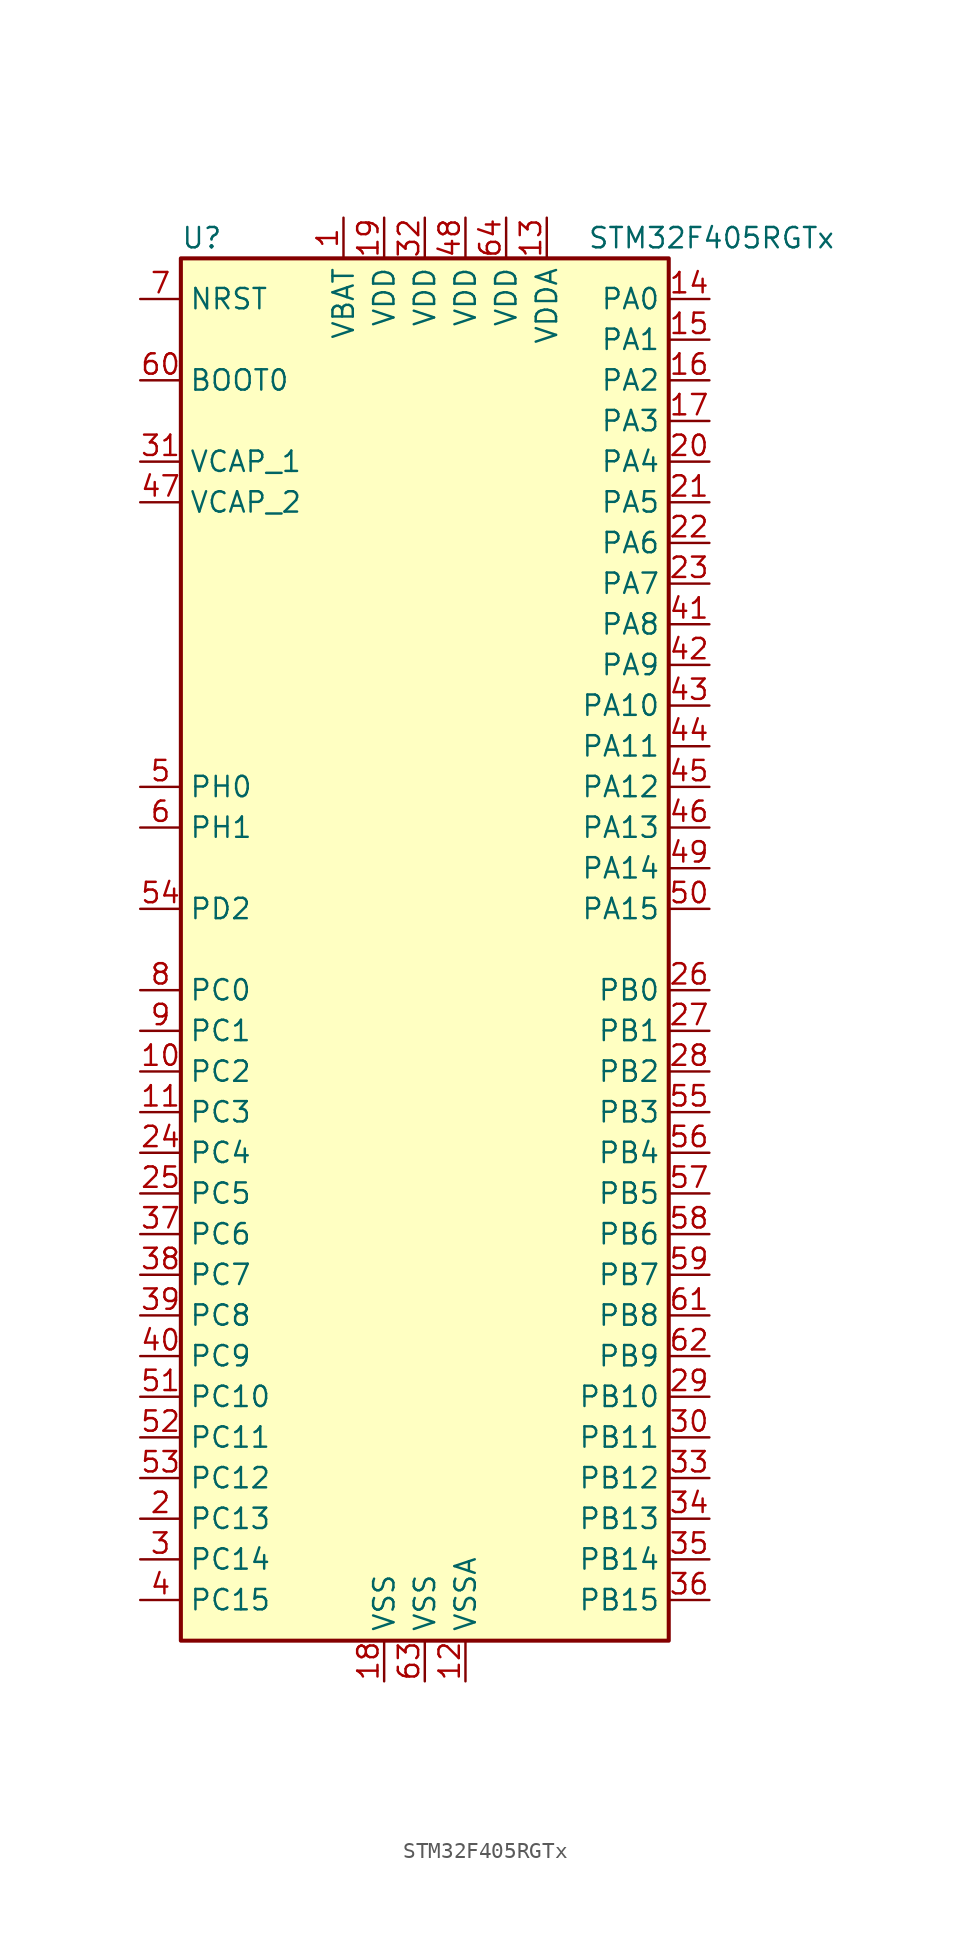
<source format=kicad_sym>
(kicad_symbol_lib
  (version 20211014)
  (generator kicad_symbol_editor)
  (symbol "STM32F405RGTx"
    (property "Reference" "U"
      (at -15.24 44.45 0)
      (effects (font (size 1.27 1.27)) (justify left)))
    (property "Value" "STM32F405RGTx"
      (at 10.16 44.45 0)
      (effects (font (size 1.27 1.27)) (justify left)))
    (symbol "STM32F405RGTx_0_1"
      (rectangle (start -15.24 -43.18) (end 15.24 43.18) (stroke (width 0.254) (type default) (color 0 0 0 0)) (fill (type background))))
    (symbol "STM32F405RGTx_1_1"
      (pin power_in line (at -5.08 45.72 270) (length 2.54) (name "VBAT" (effects (font (size 1.27 1.27)))) (number "1" (effects (font (size 1.27 1.27)))))
      (pin bidirectional line (at -17.78 -7.62 0) (length 2.54) (name "PC2" (effects (font (size 1.27 1.27)))) (number "10" (effects (font (size 1.27 1.27)))))
      (pin bidirectional line (at -17.78 -10.16 0) (length 2.54) (name "PC3" (effects (font (size 1.27 1.27)))) (number "11" (effects (font (size 1.27 1.27)))))
      (pin power_in line (at 2.54 -45.72 90) (length 2.54) (name "VSSA" (effects (font (size 1.27 1.27)))) (number "12" (effects (font (size 1.27 1.27)))))
      (pin power_in line (at 7.62 45.72 270) (length 2.54) (name "VDDA" (effects (font (size 1.27 1.27)))) (number "13" (effects (font (size 1.27 1.27)))))
      (pin bidirectional line (at 17.78 40.64 180) (length 2.54) (name "PA0" (effects (font (size 1.27 1.27)))) (number "14" (effects (font (size 1.27 1.27)))))
      (pin bidirectional line (at 17.78 38.1 180) (length 2.54) (name "PA1" (effects (font (size 1.27 1.27)))) (number "15" (effects (font (size 1.27 1.27)))))
      (pin bidirectional line (at 17.78 35.56 180) (length 2.54) (name "PA2" (effects (font (size 1.27 1.27)))) (number "16" (effects (font (size 1.27 1.27)))))
      (pin bidirectional line (at 17.78 33.02 180) (length 2.54) (name "PA3" (effects (font (size 1.27 1.27)))) (number "17" (effects (font (size 1.27 1.27)))))
      (pin power_in line (at -2.54 -45.72 90) (length 2.54) (name "VSS" (effects (font (size 1.27 1.27)))) (number "18" (effects (font (size 1.27 1.27)))))
      (pin power_in line (at -2.54 45.72 270) (length 2.54) (name "VDD" (effects (font (size 1.27 1.27)))) (number "19" (effects (font (size 1.27 1.27)))))
      (pin bidirectional line (at -17.78 -35.56 0) (length 2.54) (name "PC13" (effects (font (size 1.27 1.27)))) (number "2" (effects (font (size 1.27 1.27)))))
      (pin bidirectional line (at 17.78 30.48 180) (length 2.54) (name "PA4" (effects (font (size 1.27 1.27)))) (number "20" (effects (font (size 1.27 1.27)))))
      (pin bidirectional line (at 17.78 27.94 180) (length 2.54) (name "PA5" (effects (font (size 1.27 1.27)))) (number "21" (effects (font (size 1.27 1.27)))))
      (pin bidirectional line (at 17.78 25.4 180) (length 2.54) (name "PA6" (effects (font (size 1.27 1.27)))) (number "22" (effects (font (size 1.27 1.27)))))
      (pin bidirectional line (at 17.78 22.86 180) (length 2.54) (name "PA7" (effects (font (size 1.27 1.27)))) (number "23" (effects (font (size 1.27 1.27)))))
      (pin bidirectional line (at -17.78 -12.7 0) (length 2.54) (name "PC4" (effects (font (size 1.27 1.27)))) (number "24" (effects (font (size 1.27 1.27)))))
      (pin bidirectional line (at -17.78 -15.24 0) (length 2.54) (name "PC5" (effects (font (size 1.27 1.27)))) (number "25" (effects (font (size 1.27 1.27)))))
      (pin bidirectional line (at 17.78 -2.54 180) (length 2.54) (name "PB0" (effects (font (size 1.27 1.27)))) (number "26" (effects (font (size 1.27 1.27)))))
      (pin bidirectional line (at 17.78 -5.08 180) (length 2.54) (name "PB1" (effects (font (size 1.27 1.27)))) (number "27" (effects (font (size 1.27 1.27)))))
      (pin bidirectional line (at 17.78 -7.62 180) (length 2.54) (name "PB2" (effects (font (size 1.27 1.27)))) (number "28" (effects (font (size 1.27 1.27)))))
      (pin bidirectional line (at 17.78 -27.94 180) (length 2.54) (name "PB10" (effects (font (size 1.27 1.27)))) (number "29" (effects (font (size 1.27 1.27)))))
      (pin bidirectional line (at -17.78 -38.1 0) (length 2.54) (name "PC14" (effects (font (size 1.27 1.27)))) (number "3" (effects (font (size 1.27 1.27)))))
      (pin bidirectional line (at 17.78 -30.48 180) (length 2.54) (name "PB11" (effects (font (size 1.27 1.27)))) (number "30" (effects (font (size 1.27 1.27)))))
      (pin power_in line (at -17.78 30.48 0) (length 2.54) (name "VCAP_1" (effects (font (size 1.27 1.27)))) (number "31" (effects (font (size 1.27 1.27)))))
      (pin power_in line (at 0 45.72 270) (length 2.54) (name "VDD" (effects (font (size 1.27 1.27)))) (number "32" (effects (font (size 1.27 1.27)))))
      (pin bidirectional line (at 17.78 -33.02 180) (length 2.54) (name "PB12" (effects (font (size 1.27 1.27)))) (number "33" (effects (font (size 1.27 1.27)))))
      (pin bidirectional line (at 17.78 -35.56 180) (length 2.54) (name "PB13" (effects (font (size 1.27 1.27)))) (number "34" (effects (font (size 1.27 1.27)))))
      (pin bidirectional line (at 17.78 -38.1 180) (length 2.54) (name "PB14" (effects (font (size 1.27 1.27)))) (number "35" (effects (font (size 1.27 1.27)))))
      (pin bidirectional line (at 17.78 -40.64 180) (length 2.54) (name "PB15" (effects (font (size 1.27 1.27)))) (number "36" (effects (font (size 1.27 1.27)))))
      (pin bidirectional line (at -17.78 -17.78 0) (length 2.54) (name "PC6" (effects (font (size 1.27 1.27)))) (number "37" (effects (font (size 1.27 1.27)))))
      (pin bidirectional line (at -17.78 -20.32 0) (length 2.54) (name "PC7" (effects (font (size 1.27 1.27)))) (number "38" (effects (font (size 1.27 1.27)))))
      (pin bidirectional line (at -17.78 -22.86 0) (length 2.54) (name "PC8" (effects (font (size 1.27 1.27)))) (number "39" (effects (font (size 1.27 1.27)))))
      (pin bidirectional line (at -17.78 -40.64 0) (length 2.54) (name "PC15" (effects (font (size 1.27 1.27)))) (number "4" (effects (font (size 1.27 1.27)))))
      (pin bidirectional line (at -17.78 -25.4 0) (length 2.54) (name "PC9" (effects (font (size 1.27 1.27)))) (number "40" (effects (font (size 1.27 1.27)))))
      (pin bidirectional line (at 17.78 20.32 180) (length 2.54) (name "PA8" (effects (font (size 1.27 1.27)))) (number "41" (effects (font (size 1.27 1.27)))))
      (pin bidirectional line (at 17.78 17.78 180) (length 2.54) (name "PA9" (effects (font (size 1.27 1.27)))) (number "42" (effects (font (size 1.27 1.27)))))
      (pin bidirectional line (at 17.78 15.24 180) (length 2.54) (name "PA10" (effects (font (size 1.27 1.27)))) (number "43" (effects (font (size 1.27 1.27)))))
      (pin bidirectional line (at 17.78 12.7 180) (length 2.54) (name "PA11" (effects (font (size 1.27 1.27)))) (number "44" (effects (font (size 1.27 1.27)))))
      (pin bidirectional line (at 17.78 10.16 180) (length 2.54) (name "PA12" (effects (font (size 1.27 1.27)))) (number "45" (effects (font (size 1.27 1.27)))))
      (pin bidirectional line (at 17.78 7.62 180) (length 2.54) (name "PA13" (effects (font (size 1.27 1.27)))) (number "46" (effects (font (size 1.27 1.27)))))
      (pin power_in line (at -17.78 27.94 0) (length 2.54) (name "VCAP_2" (effects (font (size 1.27 1.27)))) (number "47" (effects (font (size 1.27 1.27)))))
      (pin power_in line (at 2.54 45.72 270) (length 2.54) (name "VDD" (effects (font (size 1.27 1.27)))) (number "48" (effects (font (size 1.27 1.27)))))
      (pin bidirectional line (at 17.78 5.08 180) (length 2.54) (name "PA14" (effects (font (size 1.27 1.27)))) (number "49" (effects (font (size 1.27 1.27)))))
      (pin input line (at -17.78 10.16 0) (length 2.54) (name "PH0" (effects (font (size 1.27 1.27)))) (number "5" (effects (font (size 1.27 1.27)))))
      (pin bidirectional line (at 17.78 2.54 180) (length 2.54) (name "PA15" (effects (font (size 1.27 1.27)))) (number "50" (effects (font (size 1.27 1.27)))))
      (pin bidirectional line (at -17.78 -27.94 0) (length 2.54) (name "PC10" (effects (font (size 1.27 1.27)))) (number "51" (effects (font (size 1.27 1.27)))))
      (pin bidirectional line (at -17.78 -30.48 0) (length 2.54) (name "PC11" (effects (font (size 1.27 1.27)))) (number "52" (effects (font (size 1.27 1.27)))))
      (pin bidirectional line (at -17.78 -33.02 0) (length 2.54) (name "PC12" (effects (font (size 1.27 1.27)))) (number "53" (effects (font (size 1.27 1.27)))))
      (pin bidirectional line (at -17.78 2.54 0) (length 2.54) (name "PD2" (effects (font (size 1.27 1.27)))) (number "54" (effects (font (size 1.27 1.27)))))
      (pin bidirectional line (at 17.78 -10.16 180) (length 2.54) (name "PB3" (effects (font (size 1.27 1.27)))) (number "55" (effects (font (size 1.27 1.27)))))
      (pin bidirectional line (at 17.78 -12.7 180) (length 2.54) (name "PB4" (effects (font (size 1.27 1.27)))) (number "56" (effects (font (size 1.27 1.27)))))
      (pin bidirectional line (at 17.78 -15.24 180) (length 2.54) (name "PB5" (effects (font (size 1.27 1.27)))) (number "57" (effects (font (size 1.27 1.27)))))
      (pin bidirectional line (at 17.78 -17.78 180) (length 2.54) (name "PB6" (effects (font (size 1.27 1.27)))) (number "58" (effects (font (size 1.27 1.27)))))
      (pin bidirectional line (at 17.78 -20.32 180) (length 2.54) (name "PB7" (effects (font (size 1.27 1.27)))) (number "59" (effects (font (size 1.27 1.27)))))
      (pin input line (at -17.78 7.62 0) (length 2.54) (name "PH1" (effects (font (size 1.27 1.27)))) (number "6" (effects (font (size 1.27 1.27)))))
      (pin input line (at -17.78 35.56 0) (length 2.54) (name "BOOT0" (effects (font (size 1.27 1.27)))) (number "60" (effects (font (size 1.27 1.27)))))
      (pin bidirectional line (at 17.78 -22.86 180) (length 2.54) (name "PB8" (effects (font (size 1.27 1.27)))) (number "61" (effects (font (size 1.27 1.27)))))
      (pin bidirectional line (at 17.78 -25.4 180) (length 2.54) (name "PB9" (effects (font (size 1.27 1.27)))) (number "62" (effects (font (size 1.27 1.27)))))
      (pin power_in line (at 0 -45.72 90) (length 2.54) (name "VSS" (effects (font (size 1.27 1.27)))) (number "63" (effects (font (size 1.27 1.27)))))
      (pin power_in line (at 5.08 45.72 270) (length 2.54) (name "VDD" (effects (font (size 1.27 1.27)))) (number "64" (effects (font (size 1.27 1.27)))))
      (pin input line (at -17.78 40.64 0) (length 2.54) (name "NRST" (effects (font (size 1.27 1.27)))) (number "7" (effects (font (size 1.27 1.27)))))
      (pin bidirectional line (at -17.78 -2.54 0) (length 2.54) (name "PC0" (effects (font (size 1.27 1.27)))) (number "8" (effects (font (size 1.27 1.27)))))
      (pin bidirectional line (at -17.78 -5.08 0) (length 2.54) (name "PC1" (effects (font (size 1.27 1.27)))) (number "9" (effects (font (size 1.27 1.27))))))))
</source>
